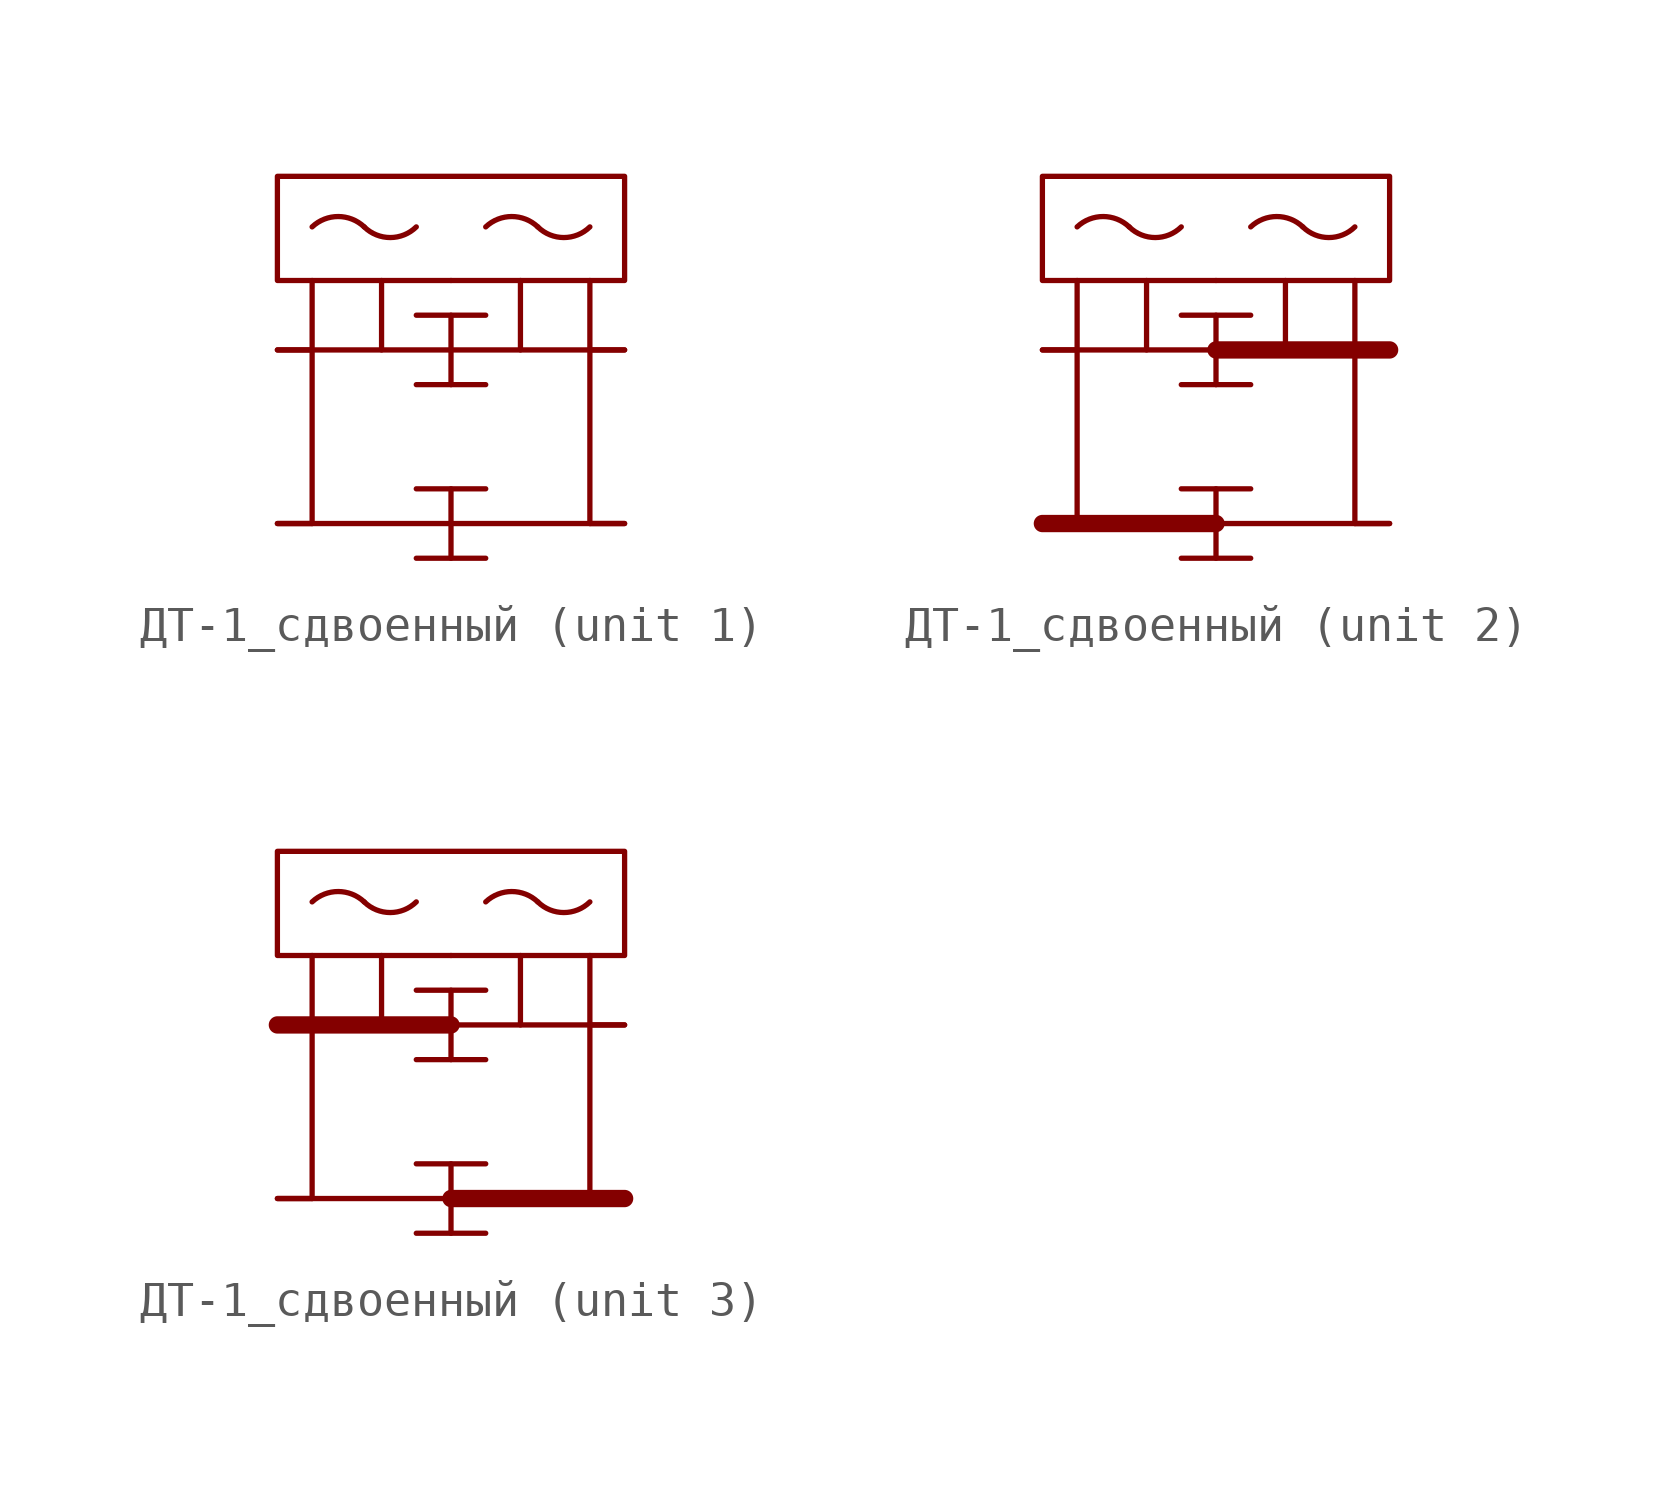
<source format=kicad_sym>
(kicad_symbol_lib
  (version 20231120)
  (generator "kicad_symbol_editor")
  (generator_version "8.0")
  (symbol "ДТ-1_сдвоенный"
    (pin_numbers hide)
    (pin_names
      (offset 0) hide)
    (property "Reference" "ДТ"
      (at 5 8 0)
      (do_not_autoplace)
      (effects (font (size 1.8 1.8)) (hide yes)))
    (property "Value" ""
      (at 5 -1 0)
      (effects (font (size 1.8 1.8))))
    (property "ki_locked" ""
      (at 0 0 0)
      (effects (font (size 1.27 1.27))))
    (symbol "ДТ-1_сдвоенный_0_1"
      (polyline (pts (xy 1 2) (xy 1 -5)) (stroke (width 0) (type default)) (fill (type none)))
      (polyline (pts (xy 3 2) (xy 3 0)) (stroke (width 0) (type default)) (fill (type none)))
      (polyline (pts (xy 4 -6) (xy 6 -6)) (stroke (width 0) (type default)) (fill (type none)))
      (polyline (pts (xy 4 -4) (xy 6 -4)) (stroke (width 0) (type default)) (fill (type none)))
      (polyline (pts (xy 4 -1) (xy 6 -1)) (stroke (width 0) (type default)) (fill (type none)))
      (polyline (pts (xy 4 1) (xy 6 1)) (stroke (width 0) (type default)) (fill (type none)))
      (polyline (pts (xy 5 -4) (xy 5 -6)) (stroke (width 0) (type default)) (fill (type none)))
      (polyline (pts (xy 5 1) (xy 5 -1)) (stroke (width 0) (type default)) (fill (type none)))
      (polyline (pts (xy 7 2) (xy 7 0)) (stroke (width 0) (type default)) (fill (type none)))
      (polyline (pts (xy 9 2) (xy 9 -5)) (stroke (width 0) (type default)) (fill (type none)))
      (rectangle (start 0 5) (end 10 2) (stroke (width 0) (type default)) (fill (type none)))
      (arc (start 2.5 3.5437) (mid 1.75 3.842) (end 1 3.5437) (stroke (width 0) (type default)) (fill (type none)))
      (arc (start 2.5 3.5437) (mid 3.25 3.2367) (end 4 3.5437) (stroke (width 0) (type default)) (fill (type none)))
      (arc (start 7.5 3.5437) (mid 6.75 3.842) (end 6 3.5437) (stroke (width 0) (type default)) (fill (type none)))
      (arc (start 7.5 3.5437) (mid 8.25 3.2367) (end 9 3.5437) (stroke (width 0) (type default)) (fill (type none)))
      (pin unspecified line (at 0 -5 0) (length 1) (name "П" (effects (font (size 1.8 1.8)))) (number "" (effects (font (size 1.8 1.8)))))
      (pin unspecified line (at 0 0 0) (length 1) (name "П" (effects (font (size 1.8 1.8)))) (number "" (effects (font (size 1.8 1.8)))))
      (pin unspecified line (at 10 -5 180) (length 1) (name "П" (effects (font (size 1.8 1.8)))) (number "" (effects (font (size 1.8 1.8)))))
      (pin unspecified line (at 10 0 180) (length 1) (name "П" (effects (font (size 1.8 1.8)))) (number "" (effects (font (size 1.8 1.8)))))
      (pin passive line (at 5 2 0) (length 0) (name "" (effects (font (size 1.8 1.8)))) (number "-UB" (effects (font (size 1.8 1.8))))))
    (symbol "ДТ-1_сдвоенный_1_1"
      (polyline (pts (xy 0 -5) (xy 10 -5)) (stroke (width 0) (type default)) (fill (type none)))
      (polyline (pts (xy 10 0) (xy 0 0)) (stroke (width 0) (type default)) (fill (type none))))
    (symbol "ДТ-1_сдвоенный_2_1"
      (unit_name "Фаза 1")
      (polyline (pts (xy 0 -5) (xy 5 -5)) (stroke (width 0.5) (type default)) (fill (type none)))
      (polyline (pts (xy 5 -5) (xy 10 -5)) (stroke (width 0) (type default)) (fill (type none)))
      (polyline (pts (xy 5 0) (xy 0 0)) (stroke (width 0) (type default)) (fill (type none)))
      (polyline (pts (xy 5 0) (xy 10 0)) (stroke (width 0.5) (type default)) (fill (type none))))
    (symbol "ДТ-1_сдвоенный_3_1"
      (unit_name "Фаза 2")
      (polyline (pts (xy 0 -5) (xy 5 -5)) (stroke (width 0) (type default)) (fill (type none)))
      (polyline (pts (xy 5 -5) (xy 10 -5)) (stroke (width 0.5) (type default)) (fill (type none)))
      (polyline (pts (xy 5 0) (xy 0 0)) (stroke (width 0.5) (type default)) (fill (type none)))
      (polyline (pts (xy 10 0) (xy 5 0)) (stroke (width 0) (type default)) (fill (type none))))))
</source>
